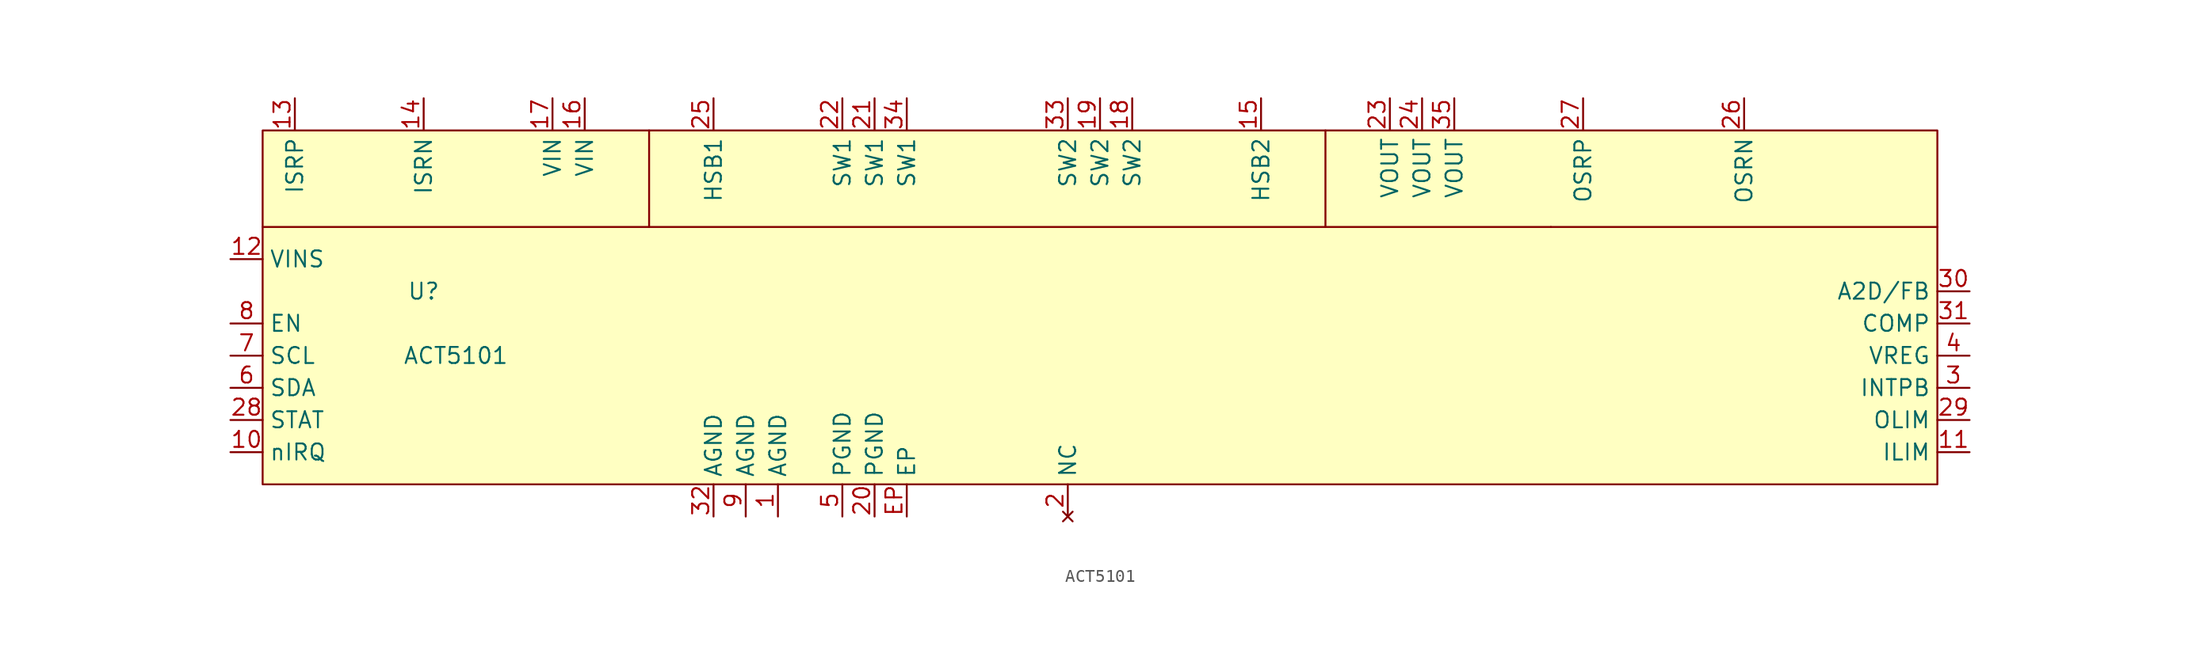
<source format=kicad_sym>
(kicad_symbol_lib
  (version 20211014)
  (generator kicad_symbol_editor)
  (symbol "ACT5101"
    (property "Reference" "U"
      (at 12.7 -12.7 0)
      (effects (font (size 1.27 1.27))))
    (property "Value" "ACT5101"
      (at 15.24 -17.78 0)
      (effects (font (size 1.27 1.27))))
    (symbol "ACT5101_0_1"
      (polyline (pts (xy 0 -7.62) (xy 101.6 -7.62)) (stroke (width 0) (type default) (color 0 0 0 0)) (fill (type none)))
      (polyline (pts (xy 30.48 0) (xy 30.48 -7.62)) (stroke (width 0) (type default) (color 0 0 0 0)) (fill (type none)))
      (polyline (pts (xy 83.82 0) (xy 83.82 -7.62)) (stroke (width 0) (type default) (color 0 0 0 0)) (fill (type none)))
      (polyline (pts (xy 101.6 -7.62) (xy 132.08 -7.62)) (stroke (width 0) (type default) (color 0 0 0 0)) (fill (type none)))
      (rectangle (start 0 0) (end 132.08 -27.94) (stroke (width 0) (type default) (color 0 0 0 0)) (fill (type background))))
    (symbol "ACT5101_1_1"
      (pin input line (at 40.64 -30.48 90) (length 2.54) (name "AGND" (effects (font (size 1.27 1.27)))) (number "1" (effects (font (size 1.27 1.27)))))
      (pin input line (at -2.54 -25.4 0) (length 2.54) (name "nIRQ" (effects (font (size 1.27 1.27)))) (number "10" (effects (font (size 1.27 1.27)))))
      (pin input line (at 134.62 -25.4 180) (length 2.54) (name "ILIM" (effects (font (size 1.27 1.27)))) (number "11" (effects (font (size 1.27 1.27)))))
      (pin input line (at -2.54 -10.16 0) (length 2.54) (name "VINS" (effects (font (size 1.27 1.27)))) (number "12" (effects (font (size 1.27 1.27)))))
      (pin input line (at 2.54 2.54 270) (length 2.54) (name "ISRP" (effects (font (size 1.27 1.27)))) (number "13" (effects (font (size 1.27 1.27)))))
      (pin input line (at 12.7 2.54 270) (length 2.54) (name "ISRN" (effects (font (size 1.27 1.27)))) (number "14" (effects (font (size 1.27 1.27)))))
      (pin input line (at 78.74 2.54 270) (length 2.54) (name "HSB2" (effects (font (size 1.27 1.27)))) (number "15" (effects (font (size 1.27 1.27)))))
      (pin input line (at 25.4 2.54 270) (length 2.54) (name "VIN" (effects (font (size 1.27 1.27)))) (number "16" (effects (font (size 1.27 1.27)))))
      (pin input line (at 22.86 2.54 270) (length 2.54) (name "VIN" (effects (font (size 1.27 1.27)))) (number "17" (effects (font (size 1.27 1.27)))))
      (pin input line (at 68.58 2.54 270) (length 2.54) (name "SW2" (effects (font (size 1.27 1.27)))) (number "18" (effects (font (size 1.27 1.27)))))
      (pin input line (at 66.04 2.54 270) (length 2.54) (name "SW2" (effects (font (size 1.27 1.27)))) (number "19" (effects (font (size 1.27 1.27)))))
      (pin no_connect line (at 63.5 -30.48 90) (length 2.54) (name "NC" (effects (font (size 1.27 1.27)))) (number "2" (effects (font (size 1.27 1.27)))))
      (pin input line (at 48.26 -30.48 90) (length 2.54) (name "PGND" (effects (font (size 1.27 1.27)))) (number "20" (effects (font (size 1.27 1.27)))))
      (pin input line (at 48.26 2.54 270) (length 2.54) (name "SW1" (effects (font (size 1.27 1.27)))) (number "21" (effects (font (size 1.27 1.27)))))
      (pin input line (at 45.72 2.54 270) (length 2.54) (name "SW1" (effects (font (size 1.27 1.27)))) (number "22" (effects (font (size 1.27 1.27)))))
      (pin input line (at 88.9 2.54 270) (length 2.54) (name "VOUT" (effects (font (size 1.27 1.27)))) (number "23" (effects (font (size 1.27 1.27)))))
      (pin input line (at 91.44 2.54 270) (length 2.54) (name "VOUT" (effects (font (size 1.27 1.27)))) (number "24" (effects (font (size 1.27 1.27)))))
      (pin input line (at 35.56 2.54 270) (length 2.54) (name "HSB1" (effects (font (size 1.27 1.27)))) (number "25" (effects (font (size 1.27 1.27)))))
      (pin input line (at 116.84 2.54 270) (length 2.54) (name "OSRN" (effects (font (size 1.27 1.27)))) (number "26" (effects (font (size 1.27 1.27)))))
      (pin input line (at 104.14 2.54 270) (length 2.54) (name "OSRP" (effects (font (size 1.27 1.27)))) (number "27" (effects (font (size 1.27 1.27)))))
      (pin input line (at -2.54 -22.86 0) (length 2.54) (name "STAT" (effects (font (size 1.27 1.27)))) (number "28" (effects (font (size 1.27 1.27)))))
      (pin input line (at 134.62 -22.86 180) (length 2.54) (name "OLIM" (effects (font (size 1.27 1.27)))) (number "29" (effects (font (size 1.27 1.27)))))
      (pin input line (at 134.62 -20.32 180) (length 2.54) (name "INTPB" (effects (font (size 1.27 1.27)))) (number "3" (effects (font (size 1.27 1.27)))))
      (pin input line (at 134.62 -12.7 180) (length 2.54) (name "A2D/FB" (effects (font (size 1.27 1.27)))) (number "30" (effects (font (size 1.27 1.27)))))
      (pin input line (at 134.62 -15.24 180) (length 2.54) (name "COMP" (effects (font (size 1.27 1.27)))) (number "31" (effects (font (size 1.27 1.27)))))
      (pin input line (at 35.56 -30.48 90) (length 2.54) (name "AGND" (effects (font (size 1.27 1.27)))) (number "32" (effects (font (size 1.27 1.27)))))
      (pin input line (at 63.5 2.54 270) (length 2.54) (name "SW2" (effects (font (size 1.27 1.27)))) (number "33" (effects (font (size 1.27 1.27)))))
      (pin input line (at 50.8 2.54 270) (length 2.54) (name "SW1" (effects (font (size 1.27 1.27)))) (number "34" (effects (font (size 1.27 1.27)))))
      (pin input line (at 93.98 2.54 270) (length 2.54) (name "VOUT" (effects (font (size 1.27 1.27)))) (number "35" (effects (font (size 1.27 1.27)))))
      (pin input line (at 134.62 -17.78 180) (length 2.54) (name "VREG" (effects (font (size 1.27 1.27)))) (number "4" (effects (font (size 1.27 1.27)))))
      (pin input line (at 45.72 -30.48 90) (length 2.54) (name "PGND" (effects (font (size 1.27 1.27)))) (number "5" (effects (font (size 1.27 1.27)))))
      (pin input line (at -2.54 -20.32 0) (length 2.54) (name "SDA" (effects (font (size 1.27 1.27)))) (number "6" (effects (font (size 1.27 1.27)))))
      (pin input line (at -2.54 -17.78 0) (length 2.54) (name "SCL" (effects (font (size 1.27 1.27)))) (number "7" (effects (font (size 1.27 1.27)))))
      (pin input line (at -2.54 -15.24 0) (length 2.54) (name "EN" (effects (font (size 1.27 1.27)))) (number "8" (effects (font (size 1.27 1.27)))))
      (pin input line (at 38.1 -30.48 90) (length 2.54) (name "AGND" (effects (font (size 1.27 1.27)))) (number "9" (effects (font (size 1.27 1.27)))))
      (pin input line (at 50.8 -30.48 90) (length 2.54) (name "EP" (effects (font (size 1.27 1.27)))) (number "EP" (effects (font (size 1.27 1.27))))))))
</source>
